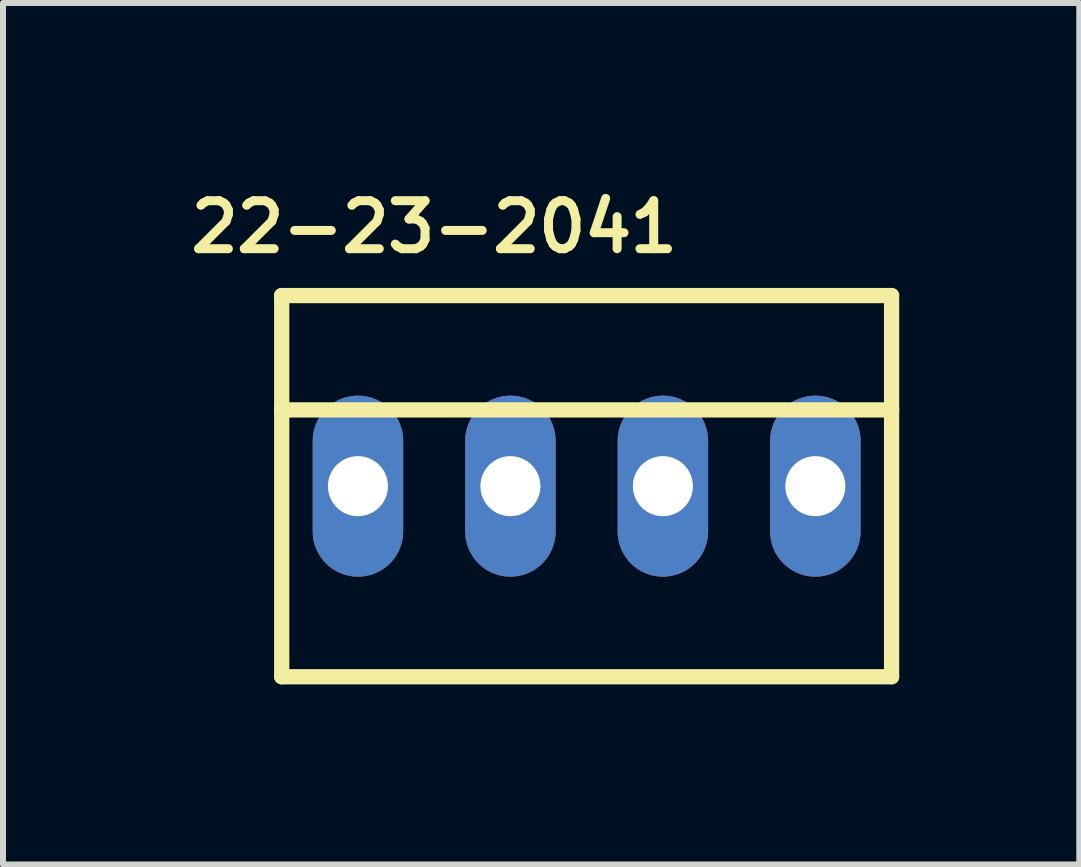
<source format=kicad_pcb>
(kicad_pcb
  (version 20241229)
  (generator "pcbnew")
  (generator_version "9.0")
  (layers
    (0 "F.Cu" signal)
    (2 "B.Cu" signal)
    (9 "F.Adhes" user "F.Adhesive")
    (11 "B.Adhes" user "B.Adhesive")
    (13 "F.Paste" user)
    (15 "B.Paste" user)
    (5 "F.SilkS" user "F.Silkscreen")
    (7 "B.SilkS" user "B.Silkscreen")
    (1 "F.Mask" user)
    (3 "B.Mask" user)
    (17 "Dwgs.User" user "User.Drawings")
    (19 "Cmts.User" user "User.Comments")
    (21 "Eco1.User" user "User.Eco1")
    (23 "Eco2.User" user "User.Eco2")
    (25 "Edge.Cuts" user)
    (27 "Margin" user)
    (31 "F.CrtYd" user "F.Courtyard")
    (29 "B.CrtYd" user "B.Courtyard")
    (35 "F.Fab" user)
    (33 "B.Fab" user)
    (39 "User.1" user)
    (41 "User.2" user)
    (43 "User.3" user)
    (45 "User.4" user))
  (footprint "22-23-2041"
    (layer "F.Cu")
    (at 6.723 5.049)
    (property "Reference" "22-23-2041" (at -2.54 -4.318 0) (layer "F.SilkS") (effects (font (size 0.8 0.8) (thickness 0.15))))
    (attr through_hole)
    (fp_line (start -5.08 -3.175) (end 5.08 -3.175) (stroke (width 0.254) (type solid)) (layer "F.SilkS"))
    (fp_line (start -5.08 -1.27) (end -5.08 -3.175) (stroke (width 0.254) (type solid)) (layer "F.SilkS"))
    (fp_line (start -5.08 -1.27) (end 5.08 -1.27) (stroke (width 0.254) (type solid)) (layer "F.SilkS"))
    (fp_line (start -5.08 3.175) (end -5.08 -1.27) (stroke (width 0.254) (type solid)) (layer "F.SilkS"))
    (fp_line (start 5.08 -3.175) (end 5.08 -1.27) (stroke (width 0.254) (type solid)) (layer "F.SilkS"))
    (fp_line (start 5.08 -1.27) (end 5.08 3.175) (stroke (width 0.254) (type solid)) (layer "F.SilkS"))
    (fp_line (start 5.08 3.175) (end -5.08 3.175) (stroke (width 0.254) (type solid)) (layer "F.SilkS"))
    (pad "1" thru_hole oval (at -3.81 0) (size 1.508 3.016) (drill 1) (layers "*.Cu" "*.Mask"))
    (pad "2" thru_hole oval (at -1.27 0) (size 1.508 3.016) (drill 1) (layers "*.Cu" "*.Mask"))
    (pad "3" thru_hole oval (at 1.27 0) (size 1.508 3.016) (drill 1) (layers "*.Cu" "*.Mask"))
    (pad "4" thru_hole oval (at 3.81 0) (size 1.508 3.016) (drill 1) (layers "*.Cu" "*.Mask")))
  (gr_rect
    (start -3 -3)
    (end 14.93 11.351)
    (stroke (width 0.1) (type default))
    (fill no)
    (layer "Edge.Cuts")))
</source>
